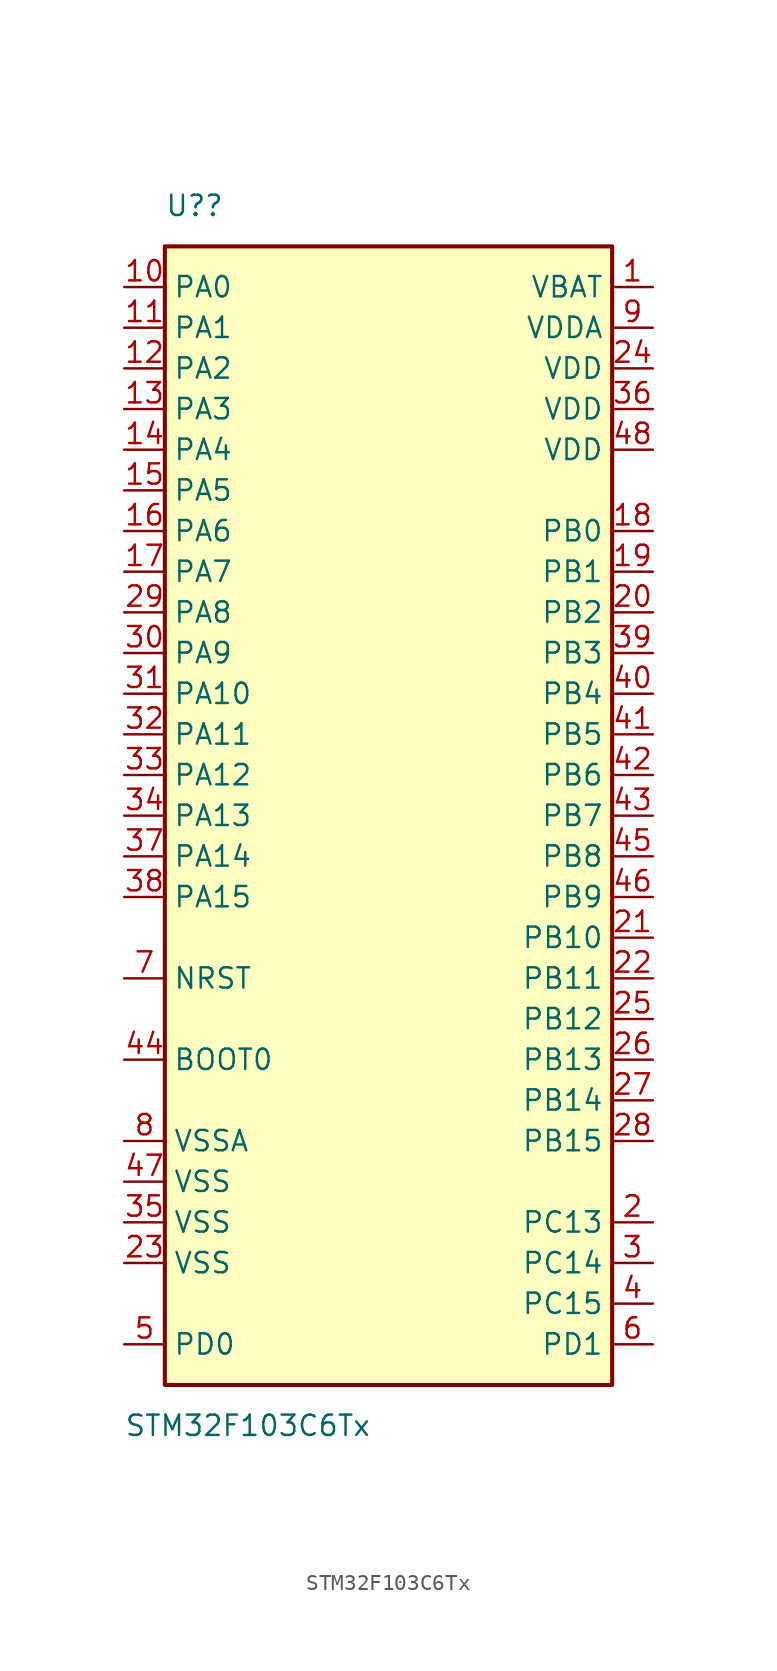
<source format=kicad_sym>
(kicad_symbol_lib
  (version 20211014)
  (generator kicad_symbol_editor)
  (symbol "STM32F103C6Tx"
    (property "Reference" "U?"
      (at -15.24 38.1 0)
      (effects (font (size 1.27 1.27)) (justify left)))
    (property "Value" "STM32F103C6Tx"
      (at -17.78 -38.1 0)
      (effects (font (size 1.27 1.27)) (justify left)))
    (symbol "STM32F103C6Tx_0_1"
      (rectangle (start -15.24 -35.56) (end 12.7 35.56) (stroke (width 0.254) (type default) (color 0 0 0 0)) (fill (type background))))
    (symbol "STM32F103C6Tx_1_1"
      (pin power_in line (at 15.24 33.02 180) (length 2.54) (name "VBAT" (effects (font (size 1.27 1.27)))) (number "1" (effects (font (size 1.27 1.27)))))
      (pin bidirectional line (at -17.78 33.02 0) (length 2.54) (name "PA0" (effects (font (size 1.27 1.27)))) (number "10" (effects (font (size 1.27 1.27)))))
      (pin bidirectional line (at -17.78 30.48 0) (length 2.54) (name "PA1" (effects (font (size 1.27 1.27)))) (number "11" (effects (font (size 1.27 1.27)))))
      (pin bidirectional line (at -17.78 27.94 0) (length 2.54) (name "PA2" (effects (font (size 1.27 1.27)))) (number "12" (effects (font (size 1.27 1.27)))))
      (pin bidirectional line (at -17.78 25.4 0) (length 2.54) (name "PA3" (effects (font (size 1.27 1.27)))) (number "13" (effects (font (size 1.27 1.27)))))
      (pin bidirectional line (at -17.78 22.86 0) (length 2.54) (name "PA4" (effects (font (size 1.27 1.27)))) (number "14" (effects (font (size 1.27 1.27)))))
      (pin bidirectional line (at -17.78 20.32 0) (length 2.54) (name "PA5" (effects (font (size 1.27 1.27)))) (number "15" (effects (font (size 1.27 1.27)))))
      (pin bidirectional line (at -17.78 17.78 0) (length 2.54) (name "PA6" (effects (font (size 1.27 1.27)))) (number "16" (effects (font (size 1.27 1.27)))))
      (pin bidirectional line (at -17.78 15.24 0) (length 2.54) (name "PA7" (effects (font (size 1.27 1.27)))) (number "17" (effects (font (size 1.27 1.27)))))
      (pin bidirectional line (at 15.24 17.78 180) (length 2.54) (name "PB0" (effects (font (size 1.27 1.27)))) (number "18" (effects (font (size 1.27 1.27)))))
      (pin bidirectional line (at 15.24 15.24 180) (length 2.54) (name "PB1" (effects (font (size 1.27 1.27)))) (number "19" (effects (font (size 1.27 1.27)))))
      (pin bidirectional line (at 15.24 -25.4 180) (length 2.54) (name "PC13" (effects (font (size 1.27 1.27)))) (number "2" (effects (font (size 1.27 1.27)))))
      (pin bidirectional line (at 15.24 12.7 180) (length 2.54) (name "PB2" (effects (font (size 1.27 1.27)))) (number "20" (effects (font (size 1.27 1.27)))))
      (pin bidirectional line (at 15.24 -7.62 180) (length 2.54) (name "PB10" (effects (font (size 1.27 1.27)))) (number "21" (effects (font (size 1.27 1.27)))))
      (pin bidirectional line (at 15.24 -10.16 180) (length 2.54) (name "PB11" (effects (font (size 1.27 1.27)))) (number "22" (effects (font (size 1.27 1.27)))))
      (pin power_in line (at -17.78 -27.94 0) (length 2.54) (name "VSS" (effects (font (size 1.27 1.27)))) (number "23" (effects (font (size 1.27 1.27)))))
      (pin power_in line (at 15.24 27.94 180) (length 2.54) (name "VDD" (effects (font (size 1.27 1.27)))) (number "24" (effects (font (size 1.27 1.27)))))
      (pin bidirectional line (at 15.24 -12.7 180) (length 2.54) (name "PB12" (effects (font (size 1.27 1.27)))) (number "25" (effects (font (size 1.27 1.27)))))
      (pin bidirectional line (at 15.24 -15.24 180) (length 2.54) (name "PB13" (effects (font (size 1.27 1.27)))) (number "26" (effects (font (size 1.27 1.27)))))
      (pin bidirectional line (at 15.24 -17.78 180) (length 2.54) (name "PB14" (effects (font (size 1.27 1.27)))) (number "27" (effects (font (size 1.27 1.27)))))
      (pin bidirectional line (at 15.24 -20.32 180) (length 2.54) (name "PB15" (effects (font (size 1.27 1.27)))) (number "28" (effects (font (size 1.27 1.27)))))
      (pin bidirectional line (at -17.78 12.7 0) (length 2.54) (name "PA8" (effects (font (size 1.27 1.27)))) (number "29" (effects (font (size 1.27 1.27)))))
      (pin bidirectional line (at 15.24 -27.94 180) (length 2.54) (name "PC14" (effects (font (size 1.27 1.27)))) (number "3" (effects (font (size 1.27 1.27)))))
      (pin bidirectional line (at -17.78 10.16 0) (length 2.54) (name "PA9" (effects (font (size 1.27 1.27)))) (number "30" (effects (font (size 1.27 1.27)))))
      (pin bidirectional line (at -17.78 7.62 0) (length 2.54) (name "PA10" (effects (font (size 1.27 1.27)))) (number "31" (effects (font (size 1.27 1.27)))))
      (pin bidirectional line (at -17.78 5.08 0) (length 2.54) (name "PA11" (effects (font (size 1.27 1.27)))) (number "32" (effects (font (size 1.27 1.27)))))
      (pin bidirectional line (at -17.78 2.54 0) (length 2.54) (name "PA12" (effects (font (size 1.27 1.27)))) (number "33" (effects (font (size 1.27 1.27)))))
      (pin bidirectional line (at -17.78 0 0) (length 2.54) (name "PA13" (effects (font (size 1.27 1.27)))) (number "34" (effects (font (size 1.27 1.27)))))
      (pin power_in line (at -17.78 -25.4 0) (length 2.54) (name "VSS" (effects (font (size 1.27 1.27)))) (number "35" (effects (font (size 1.27 1.27)))))
      (pin power_in line (at 15.24 25.4 180) (length 2.54) (name "VDD" (effects (font (size 1.27 1.27)))) (number "36" (effects (font (size 1.27 1.27)))))
      (pin bidirectional line (at -17.78 -2.54 0) (length 2.54) (name "PA14" (effects (font (size 1.27 1.27)))) (number "37" (effects (font (size 1.27 1.27)))))
      (pin bidirectional line (at -17.78 -5.08 0) (length 2.54) (name "PA15" (effects (font (size 1.27 1.27)))) (number "38" (effects (font (size 1.27 1.27)))))
      (pin bidirectional line (at 15.24 10.16 180) (length 2.54) (name "PB3" (effects (font (size 1.27 1.27)))) (number "39" (effects (font (size 1.27 1.27)))))
      (pin bidirectional line (at 15.24 -30.48 180) (length 2.54) (name "PC15" (effects (font (size 1.27 1.27)))) (number "4" (effects (font (size 1.27 1.27)))))
      (pin bidirectional line (at 15.24 7.62 180) (length 2.54) (name "PB4" (effects (font (size 1.27 1.27)))) (number "40" (effects (font (size 1.27 1.27)))))
      (pin bidirectional line (at 15.24 5.08 180) (length 2.54) (name "PB5" (effects (font (size 1.27 1.27)))) (number "41" (effects (font (size 1.27 1.27)))))
      (pin bidirectional line (at 15.24 2.54 180) (length 2.54) (name "PB6" (effects (font (size 1.27 1.27)))) (number "42" (effects (font (size 1.27 1.27)))))
      (pin bidirectional line (at 15.24 0 180) (length 2.54) (name "PB7" (effects (font (size 1.27 1.27)))) (number "43" (effects (font (size 1.27 1.27)))))
      (pin input line (at -17.78 -15.24 0) (length 2.54) (name "BOOT0" (effects (font (size 1.27 1.27)))) (number "44" (effects (font (size 1.27 1.27)))))
      (pin bidirectional line (at 15.24 -2.54 180) (length 2.54) (name "PB8" (effects (font (size 1.27 1.27)))) (number "45" (effects (font (size 1.27 1.27)))))
      (pin bidirectional line (at 15.24 -5.08 180) (length 2.54) (name "PB9" (effects (font (size 1.27 1.27)))) (number "46" (effects (font (size 1.27 1.27)))))
      (pin power_in line (at -17.78 -22.86 0) (length 2.54) (name "VSS" (effects (font (size 1.27 1.27)))) (number "47" (effects (font (size 1.27 1.27)))))
      (pin power_in line (at 15.24 22.86 180) (length 2.54) (name "VDD" (effects (font (size 1.27 1.27)))) (number "48" (effects (font (size 1.27 1.27)))))
      (pin input line (at -17.78 -33.02 0) (length 2.54) (name "PD0" (effects (font (size 1.27 1.27)))) (number "5" (effects (font (size 1.27 1.27)))))
      (pin input line (at 15.24 -33.02 180) (length 2.54) (name "PD1" (effects (font (size 1.27 1.27)))) (number "6" (effects (font (size 1.27 1.27)))))
      (pin input line (at -17.78 -10.16 0) (length 2.54) (name "NRST" (effects (font (size 1.27 1.27)))) (number "7" (effects (font (size 1.27 1.27)))))
      (pin power_in line (at -17.78 -20.32 0) (length 2.54) (name "VSSA" (effects (font (size 1.27 1.27)))) (number "8" (effects (font (size 1.27 1.27)))))
      (pin power_in line (at 15.24 30.48 180) (length 2.54) (name "VDDA" (effects (font (size 1.27 1.27)))) (number "9" (effects (font (size 1.27 1.27))))))))
</source>
